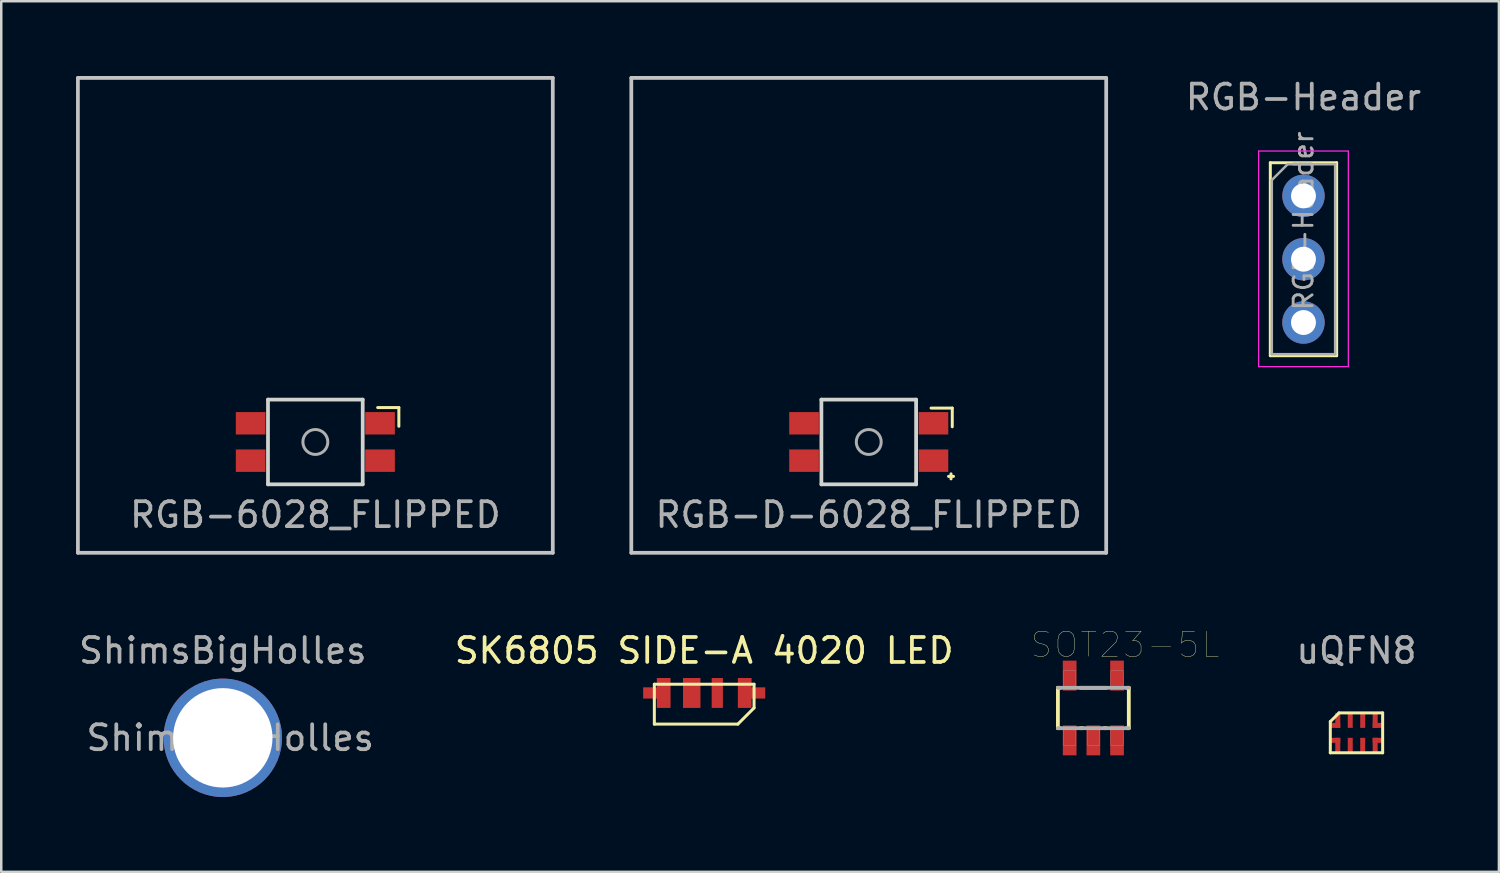
<source format=kicad_pcb>
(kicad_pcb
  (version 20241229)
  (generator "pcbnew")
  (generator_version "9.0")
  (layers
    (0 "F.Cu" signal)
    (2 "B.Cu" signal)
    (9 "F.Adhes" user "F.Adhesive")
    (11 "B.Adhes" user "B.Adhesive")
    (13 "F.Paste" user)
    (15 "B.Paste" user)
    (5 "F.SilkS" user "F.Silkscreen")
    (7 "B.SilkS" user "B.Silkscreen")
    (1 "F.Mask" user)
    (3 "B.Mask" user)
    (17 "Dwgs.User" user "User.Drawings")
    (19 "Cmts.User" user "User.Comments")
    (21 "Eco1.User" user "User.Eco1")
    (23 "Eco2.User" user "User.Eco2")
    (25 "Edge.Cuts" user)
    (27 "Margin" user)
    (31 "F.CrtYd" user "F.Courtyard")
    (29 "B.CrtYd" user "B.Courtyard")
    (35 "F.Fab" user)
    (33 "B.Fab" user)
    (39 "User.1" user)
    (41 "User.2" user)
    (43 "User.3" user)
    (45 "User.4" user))
  (footprint "uQFN8"
    (layer "F.Cu")
    (at 51.365 26.348)
    (property "Reference" "uQFN8" (at 0 -3.3 0) (layer "F.Fab") (effects (font (size 1 1) (thickness 0.15))))
    (attr smd)
    (fp_line (start -1.05 -0.45) (end -1.05 0.8) (stroke (width 0.12) (type solid)) (layer "F.SilkS"))
    (fp_line (start -1.05 -0.45) (end -0.7 -0.8) (stroke (width 0.12) (type solid)) (layer "F.SilkS"))
    (fp_line (start 1.05 -0.8) (end -0.7 -0.8) (stroke (width 0.12) (type solid)) (layer "F.SilkS"))
    (fp_line (start 1.05 -0.8) (end 1.05 0.8) (stroke (width 0.12) (type solid)) (layer "F.SilkS"))
    (fp_line (start 1.05 0.8) (end -1.05 0.8) (stroke (width 0.12) (type solid)) (layer "F.SilkS"))
    (pad "1" smd rect (at -0.85 -0.3 90) (size 0.2 0.4) (layers "F.Cu" "F.Mask" "F.Paste"))
    (pad "1" smd rect (at -0.75 -0.5) (size 0.2 0.6) (layers "F.Cu" "F.Mask" "F.Paste"))
    (pad "2" smd rect (at -0.25 -0.5) (size 0.2 0.6) (layers "F.Cu" "F.Mask" "F.Paste"))
    (pad "3" smd rect (at 0.25 -0.5) (size 0.2 0.6) (layers "F.Cu" "F.Mask" "F.Paste"))
    (pad "4" smd rect (at 0.75 -0.5) (size 0.2 0.6) (layers "F.Cu" "F.Mask" "F.Paste"))
    (pad "4" smd rect (at 0.85 -0.3 90) (size 0.2 0.4) (layers "F.Cu" "F.Mask" "F.Paste"))
    (pad "5" smd rect (at 0.75 0.5 180) (size 0.2 0.6) (layers "F.Cu" "F.Mask" "F.Paste"))
    (pad "5" smd rect (at 0.85 0.3 90) (size 0.2 0.4) (layers "F.Cu" "F.Mask" "F.Paste"))
    (pad "6" smd rect (at 0.25 0.5 180) (size 0.2 0.6) (layers "F.Cu" "F.Mask" "F.Paste"))
    (pad "7" smd rect (at -0.25 0.5 180) (size 0.2 0.6) (layers "F.Cu" "F.Mask" "F.Paste"))
    (pad "8" smd rect (at -0.85 0.3 90) (size 0.2 0.4) (layers "F.Cu" "F.Mask" "F.Paste"))
    (pad "8" smd rect (at -0.75 0.5 180) (size 0.2 0.6) (layers "F.Cu" "F.Mask" "F.Paste")))
  (footprint "SK6805 SIDE-A 4020 LED"
    (layer "F.Cu")
    (at 25.199 24.748)
    (property "Reference" "SK6805 SIDE-A 4020 LED" (at 0 -1.7 0) (layer "F.SilkS") (effects (font (size 1 1) (thickness 0.15))))
    (attr through_hole)
    (fp_line (start -2 -0.35) (end -2 1.25) (stroke (width 0.12) (type solid)) (layer "F.SilkS"))
    (fp_line (start -2 -0.35) (end 2 -0.35) (stroke (width 0.12) (type solid)) (layer "F.SilkS"))
    (fp_line (start 1.35 1.25) (end -2 1.25) (stroke (width 0.12) (type solid)) (layer "F.SilkS"))
    (fp_line (start 2 -0.35) (end 2 0.6) (stroke (width 0.12) (type solid)) (layer "F.SilkS"))
    (fp_line (start 2 0.6) (end 1.35 1.25) (stroke (width 0.12) (type solid)) (layer "F.SilkS"))
    (pad "1" smd rect (at -2.125 0 180) (size 0.65 0.45) (layers "F.Cu" "F.Mask" "F.Paste"))
    (pad "1" smd rect (at -1.625 0) (size 0.55 1.2) (layers "F.Cu" "F.Mask" "F.Paste"))
    (pad "2" smd rect (at -0.5 0 180) (size 0.7 1.2) (layers "F.Cu" "F.Mask" "F.Paste"))
    (pad "3" smd rect (at 0.525 0 180) (size 0.45 1.2) (layers "F.Cu" "F.Mask" "F.Paste"))
    (pad "4" smd rect (at 1.625 0 180) (size 0.55 1.2) (layers "F.Cu" "F.Mask" "F.Paste"))
    (pad "4" smd rect (at 2.125 0) (size 0.65 0.45) (layers "F.Cu" "F.Mask" "F.Paste")))
  (footprint "ShimsBigHolles"
    (layer "F.Cu")
    (at 5.887 26.548)
    (property "Reference" "ShimsBigHolles" (at 0 -3.5 0) (layer "F.Fab") (effects (font (size 1 1) (thickness 0.15))))
    (attr exclude_from_pos_files exclude_from_bom)
    (fp_text user "${REFERENCE}" (at 0.3 0 0) (layer "F.Fab") (effects (font (size 1 1) (thickness 0.15))))
    (pad "1" thru_hole circle (at 0 0) (size 4.75 4.75) (drill 3.988) (layers "*.Cu" "*.Mask")))
  (footprint "SOT23-5L"
    (layer "F.Cu")
    (at 40.81 25.351)
    (property "Reference" "SOT23-5L" (at 1.27 -2.54 0) (layer "F.SilkS") (effects (font (size 1 1) (thickness 0.015))))
    (attr through_hole)
    (fp_line (start -1.422 -0.81) (end -1.328 -0.81) (stroke (width 0.152) (type solid)) (layer "F.SilkS"))
    (fp_line (start -1.422 0.81) (end -1.422 -0.81) (stroke (width 0.152) (type solid)) (layer "F.SilkS"))
    (fp_line (start -1.328 0.81) (end -1.422 0.81) (stroke (width 0.152) (type solid)) (layer "F.SilkS"))
    (fp_line (start -0.522 -0.81) (end 0.522 -0.81) (stroke (width 0.152) (type solid)) (layer "F.SilkS"))
    (fp_line (start -0.428 0.81) (end -0.522 0.81) (stroke (width 0.152) (type solid)) (layer "F.SilkS"))
    (fp_line (start 0.522 0.81) (end 0.428 0.81) (stroke (width 0.152) (type solid)) (layer "F.SilkS"))
    (fp_line (start 1.328 -0.81) (end 1.422 -0.81) (stroke (width 0.152) (type solid)) (layer "F.SilkS"))
    (fp_line (start 1.422 -0.81) (end 1.422 0.81) (stroke (width 0.152) (type solid)) (layer "F.SilkS"))
    (fp_line (start 1.422 0.81) (end 1.328 0.81) (stroke (width 0.152) (type solid)) (layer "F.SilkS"))
    (fp_line (start -1.422 -0.81) (end 1.422 -0.81) (stroke (width 0.152) (type solid)) (layer "F.Fab"))
    (fp_line (start 1.422 0.81) (end -1.422 0.81) (stroke (width 0.152) (type solid)) (layer "F.Fab"))
    (fp_poly (pts (xy -1.2 -1.5) (xy -0.7 -1.5) (xy -0.7 -0.85) (xy -1.2 -0.85)) (stroke (width 0.01) (type solid)) (fill no) (layer "F.Fab"))
    (fp_poly (pts (xy -1.2 0.85) (xy -0.7 0.85) (xy -0.7 1.5) (xy -1.2 1.5)) (stroke (width 0.01) (type solid)) (fill no) (layer "F.Fab"))
    (fp_poly (pts (xy -0.25 0.85) (xy 0.25 0.85) (xy 0.25 1.5) (xy -0.25 1.5)) (stroke (width 0.01) (type solid)) (fill no) (layer "F.Fab"))
    (fp_poly (pts (xy 0.7 -1.5) (xy 1.2 -1.5) (xy 1.2 -0.85) (xy 0.7 -0.85)) (stroke (width 0.01) (type solid)) (fill no) (layer "F.Fab"))
    (fp_poly (pts (xy 0.7 0.85) (xy 1.2 0.85) (xy 1.2 1.5) (xy 0.7 1.5)) (stroke (width 0.01) (type solid)) (fill no) (layer "F.Fab"))
    (pad "1" smd rect (at -0.95 1.3) (size 0.55 1.2) (layers "F.Cu" "F.Mask" "F.Paste"))
    (pad "2" smd rect (at 0 1.3) (size 0.55 1.2) (layers "F.Cu" "F.Mask" "F.Paste"))
    (pad "3" smd rect (at 0.95 1.3) (size 0.55 1.2) (layers "F.Cu" "F.Mask" "F.Paste"))
    (pad "4" smd rect (at 0.95 -1.3) (size 0.55 1.2) (layers "F.Cu" "F.Mask" "F.Paste"))
    (pad "5" smd rect (at -0.95 -1.3) (size 0.55 1.2) (layers "F.Cu" "F.Mask" "F.Paste")))
  (footprint "RGB-D-6028_FLIPPED"
    (layer "F.Cu")
    (at 31.8 9.6)
    (property "Reference" "RGB-D-6028_FLIPPED" (at 0 8 0) (layer "F.Fab") (effects (font (size 1 1) (thickness 0.15))))
    (attr smd)
    (fp_line (start 2.5 3.72) (end 3.35 3.72) (stroke (width 0.12) (type solid)) (layer "F.SilkS"))
    (fp_line (start 3.3 6.56) (end 3.3 6.36) (stroke (width 0.12) (type solid)) (layer "F.SilkS"))
    (fp_line (start 3.35 3.72) (end 3.35 4.47) (stroke (width 0.12) (type solid)) (layer "F.SilkS"))
    (fp_line (start 3.4 6.46) (end 3.2 6.46) (stroke (width 0.12) (type solid)) (layer "F.SilkS"))
    (fp_line (start -9.525 -9.525) (end 9.525 -9.525) (stroke (width 0.15) (type solid)) (layer "Dwgs.User"))
    (fp_line (start -9.525 9.525) (end -9.525 -9.525) (stroke (width 0.15) (type solid)) (layer "Dwgs.User"))
    (fp_line (start 9.525 -9.525) (end 9.525 9.525) (stroke (width 0.15) (type solid)) (layer "Dwgs.User"))
    (fp_line (start 9.525 9.525) (end -9.525 9.525) (stroke (width 0.15) (type solid)) (layer "Dwgs.User"))
    (fp_line (start -1.9 3.38) (end -1.9 6.78) (stroke (width 0.15) (type solid)) (layer "Edge.Cuts"))
    (fp_line (start 1.9 3.38) (end -1.9 3.38) (stroke (width 0.15) (type solid)) (layer "Edge.Cuts"))
    (fp_line (start 1.9 3.38) (end 1.9 6.78) (stroke (width 0.15) (type solid)) (layer "Edge.Cuts"))
    (fp_line (start 1.9 6.78) (end -1.9 6.78) (stroke (width 0.15) (type solid)) (layer "Edge.Cuts"))
    (fp_circle (center 0 5.08) (end 0.5 5.08) (stroke (width 0.12) (type solid)) (fill no) (layer "F.Fab"))
    (pad "1" smd rect (at -2.595 5.83) (size 1.19 0.9) (layers "F.Cu" "F.Mask" "F.Paste"))
    (pad "2" smd rect (at -2.595 4.33) (size 1.19 0.9) (layers "F.Cu" "F.Mask" "F.Paste"))
    (pad "3" smd rect (at 2.595 5.83) (size 1.19 0.9) (layers "F.Cu" "F.Mask" "F.Paste"))
    (pad "4" smd rect (at 2.595 4.33) (size 1.19 0.9) (layers "F.Cu" "F.Mask" "F.Paste")))
  (footprint "RGB-Header"
    (layer "F.Cu")
    (at 49.239 7.348)
    (property "Reference" "RGB-Header" (at 0 -6.5 0) (layer "F.Fab") (effects (font (size 1 1) (thickness 0.15))))
    (attr through_hole)
    (fp_line (start -1.33 -3.87) (end -1.33 3.87) (stroke (width 0.12) (type solid)) (layer "F.SilkS"))
    (fp_line (start -1.33 -3.87) (end 1.33 -3.87) (stroke (width 0.12) (type solid)) (layer "F.SilkS"))
    (fp_line (start -1.33 3.87) (end 1.33 3.87) (stroke (width 0.12) (type solid)) (layer "F.SilkS"))
    (fp_line (start 1.33 -3.87) (end 1.33 3.87) (stroke (width 0.12) (type solid)) (layer "F.SilkS"))
    (fp_line (start -1.8 -4.34) (end -1.8 4.31) (stroke (width 0.05) (type solid)) (layer "F.CrtYd"))
    (fp_line (start -1.8 4.31) (end 1.8 4.31) (stroke (width 0.05) (type solid)) (layer "F.CrtYd"))
    (fp_line (start 1.8 -4.34) (end -1.8 -4.34) (stroke (width 0.05) (type solid)) (layer "F.CrtYd"))
    (fp_line (start 1.8 4.31) (end 1.8 -4.34) (stroke (width 0.05) (type solid)) (layer "F.CrtYd"))
    (fp_line (start -1.27 -3.175) (end -0.635 -3.81) (stroke (width 0.1) (type solid)) (layer "F.Fab"))
    (fp_line (start -1.27 3.81) (end -1.27 -3.175) (stroke (width 0.1) (type solid)) (layer "F.Fab"))
    (fp_line (start -0.635 -3.81) (end 1.27 -3.81) (stroke (width 0.1) (type solid)) (layer "F.Fab"))
    (fp_line (start 1.27 -3.81) (end 1.27 3.81) (stroke (width 0.1) (type solid)) (layer "F.Fab"))
    (fp_line (start 1.27 3.81) (end -1.27 3.81) (stroke (width 0.1) (type solid)) (layer "F.Fab"))
    (fp_text user "${REFERENCE}" (at 0 -1.54 270) (layer "F.Fab") (effects (font (size 0.76 0.76) (thickness 0.114))))
    (pad "1" thru_hole oval (at 0 -2.54) (size 1.7 1.7) (drill 1) (layers "*.Cu" "F.Mask"))
    (pad "2" thru_hole oval (at 0 0) (size 1.7 1.7) (drill 1) (layers "*.Cu" "F.Mask"))
    (pad "3" thru_hole oval (at 0 2.54) (size 1.7 1.7) (drill 1) (layers "*.Cu" "F.Mask")))
  (footprint "RGB-6028_FLIPPED"
    (layer "F.Cu")
    (at 9.6 9.6)
    (property "Reference" "RGB-6028_FLIPPED" (at 0 8 0) (layer "F.Fab") (effects (font (size 1 1) (thickness 0.15))))
    (attr smd)
    (fp_line (start 2.5 3.7) (end 3.35 3.7) (stroke (width 0.12) (type solid)) (layer "F.SilkS"))
    (fp_line (start 3.35 3.7) (end 3.35 4.45) (stroke (width 0.12) (type solid)) (layer "F.SilkS"))
    (fp_line (start -9.525 -9.525) (end 9.525 -9.525) (stroke (width 0.15) (type solid)) (layer "Dwgs.User"))
    (fp_line (start -9.525 9.525) (end -9.525 -9.525) (stroke (width 0.15) (type solid)) (layer "Dwgs.User"))
    (fp_line (start 9.525 -9.525) (end 9.525 9.525) (stroke (width 0.15) (type solid)) (layer "Dwgs.User"))
    (fp_line (start 9.525 9.525) (end -9.525 9.525) (stroke (width 0.15) (type solid)) (layer "Dwgs.User"))
    (fp_line (start -1.9 3.38) (end -1.9 6.78) (stroke (width 0.15) (type solid)) (layer "Edge.Cuts"))
    (fp_line (start 1.9 3.38) (end -1.9 3.38) (stroke (width 0.15) (type solid)) (layer "Edge.Cuts"))
    (fp_line (start 1.9 3.38) (end 1.9 6.78) (stroke (width 0.15) (type solid)) (layer "Edge.Cuts"))
    (fp_line (start 1.9 6.78) (end -1.9 6.78) (stroke (width 0.15) (type solid)) (layer "Edge.Cuts"))
    (fp_circle (center 0 5.08) (end 0.5 5.08) (stroke (width 0.12) (type solid)) (fill no) (layer "F.Fab"))
    (pad "1" smd rect (at -2.595 5.83) (size 1.19 0.9) (layers "F.Cu" "F.Mask" "F.Paste"))
    (pad "2" smd rect (at -2.595 4.33) (size 1.19 0.9) (layers "F.Cu" "F.Mask" "F.Paste"))
    (pad "3" smd rect (at 2.595 4.33) (size 1.19 0.9) (layers "F.Cu" "F.Mask" "F.Paste"))
    (pad "4" smd rect (at 2.595 5.83) (size 1.19 0.9) (layers "F.Cu" "F.Mask" "F.Paste")))
  (gr_rect
    (start -3 -3)
    (end 57.079 31.923)
    (stroke (width 0.1) (type default))
    (fill no)
    (layer "Edge.Cuts")))
</source>
